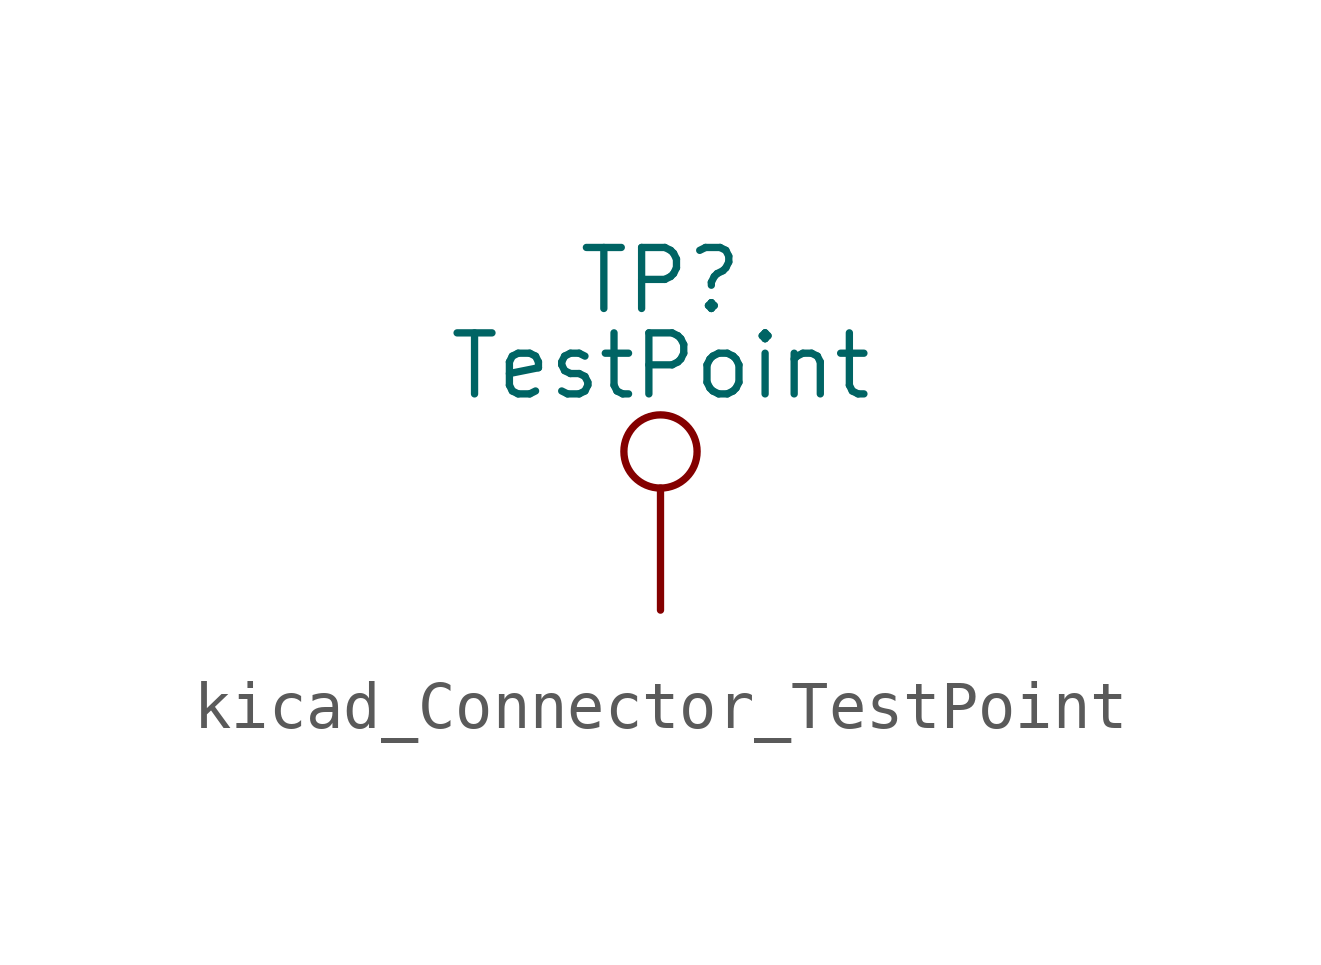
<source format=kicad_sym>
(kicad_symbol_lib
  (version 20220914)
  (generator kicad_symbol_editor)
  (symbol "kicad_Connector_TestPoint"
    (pin_numbers hide)
    (pin_names
      (offset 0.762) hide)
    (property "Reference" "TP"
      (at 0 6.858 0)
      (effects (font (size 1.27 1.27))))
    (property "Value" "TestPoint"
      (at 0 5.08 0)
      (effects (font (size 1.27 1.27))))
    (symbol "kicad_Connector_TestPoint_0_1"
      (circle (center 0 3.302) (radius 0.762) (stroke (width 0) (type default)) (fill (type none))))
    (symbol "kicad_Connector_TestPoint_1_1"
      (pin passive line (at 0 0 90) (length 2.54) (name "1" (effects (font (size 1.27 1.27)))) (number "1" (effects (font (size 1.27 1.27))))))))
</source>
